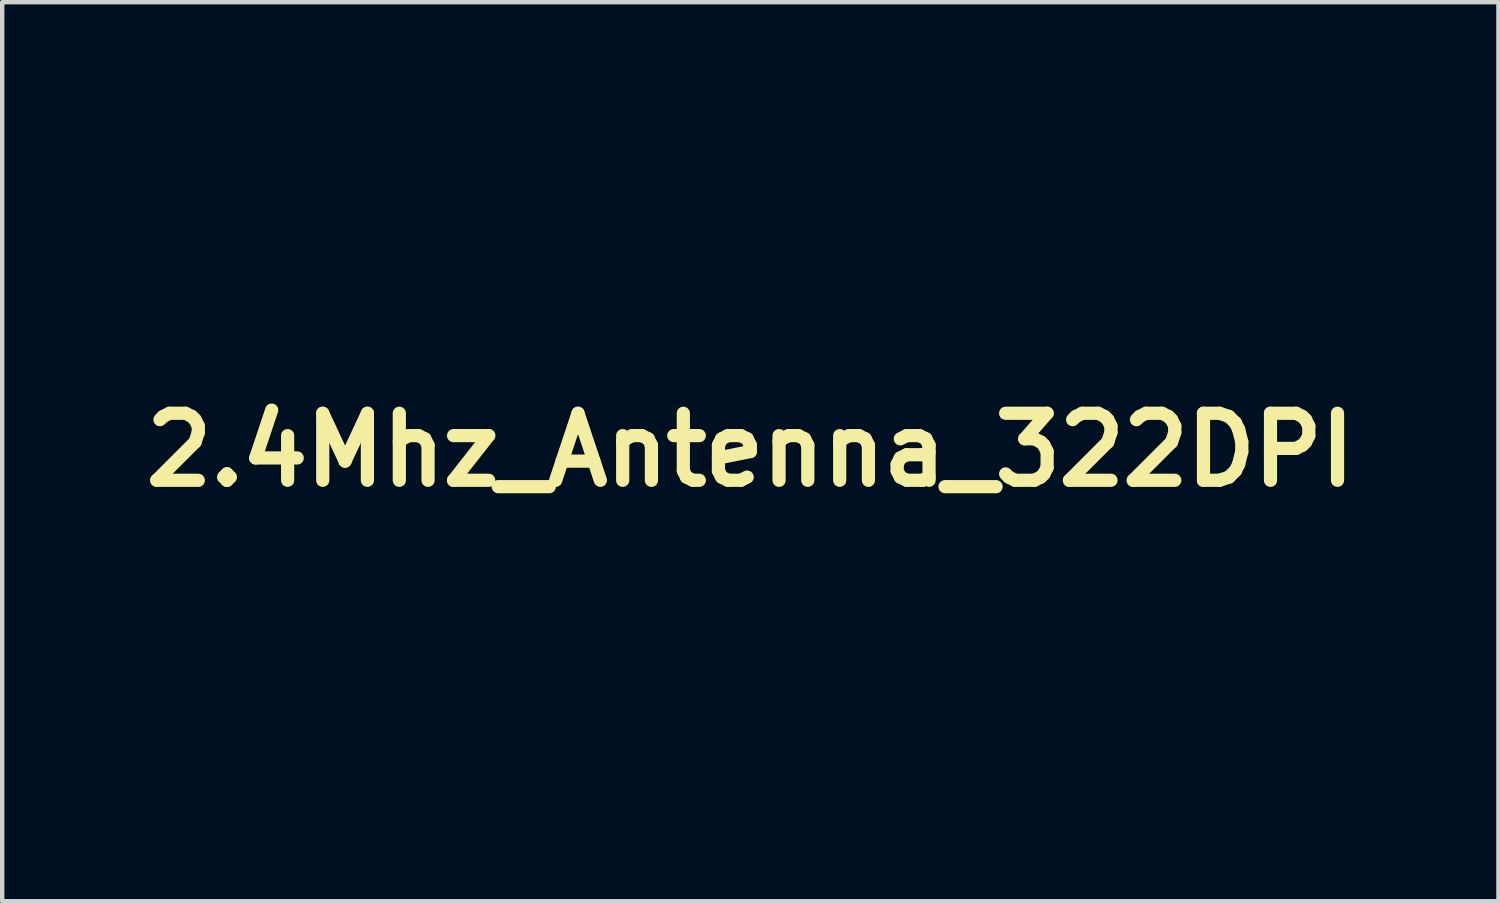
<source format=kicad_pcb>
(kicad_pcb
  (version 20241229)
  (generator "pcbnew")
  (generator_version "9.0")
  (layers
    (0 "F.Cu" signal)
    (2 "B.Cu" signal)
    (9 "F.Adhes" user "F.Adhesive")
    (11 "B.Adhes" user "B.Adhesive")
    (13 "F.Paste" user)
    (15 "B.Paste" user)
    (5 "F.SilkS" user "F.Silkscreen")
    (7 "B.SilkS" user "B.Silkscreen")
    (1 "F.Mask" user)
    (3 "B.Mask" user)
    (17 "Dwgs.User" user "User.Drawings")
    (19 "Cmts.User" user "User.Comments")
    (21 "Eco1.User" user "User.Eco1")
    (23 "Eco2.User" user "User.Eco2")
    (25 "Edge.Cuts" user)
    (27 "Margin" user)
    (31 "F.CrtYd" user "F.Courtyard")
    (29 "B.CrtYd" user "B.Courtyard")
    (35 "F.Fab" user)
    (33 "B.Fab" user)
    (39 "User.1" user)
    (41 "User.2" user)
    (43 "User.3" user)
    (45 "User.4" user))
  (footprint "2.4Mhz_Antenna_322DPI"
    (layer "F.Cu")
    (at 14.014 7.183)
    (property "Reference" "2.4Mhz_Antenna_322DPI" (at 0 0 0) (layer "F.SilkS") (effects (font (size 1.524 1.524) (thickness 0.3))))
    (attr through_hole)
    (fp_poly (pts (xy 6.734 -6.97) (xy 6.942 -6.762) (xy 6.942 -0.023) (xy 6.941 1.36) (xy 6.938 2.59) (xy 6.933 3.666) (xy 6.926 4.588) (xy 6.917 5.354) (xy 6.907 5.965) (xy 6.894 6.42) (xy 6.88 6.717) (xy 6.864 6.858) (xy 6.86 6.867) (xy 6.734 7.011) (xy 6.549 7.138) (xy 6.32 7.207) (xy 5.992 7.246) (xy 5.618 7.256) (xy 5.253 7.237) (xy 4.948 7.189) (xy 4.794 7.134) (xy 4.54 6.926) (xy 4.427 6.67) (xy 4.461 6.392) (xy 4.629 6.137) (xy 4.785 6.002) (xy 4.956 5.936) (xy 5.206 5.916) (xy 5.26 5.916) (xy 5.68 5.916) (xy 5.68 -5.837) (xy -1.147 -5.837) (xy -3.697 -3.274) (xy -4.396 -2.573) (xy -4.99 -1.987) (xy -5.479 -1.513) (xy -5.864 -1.149) (xy -6.148 -0.896) (xy -6.331 -0.75) (xy -6.411 -0.71) (xy -6.599 -0.737) (xy -6.828 -0.801) (xy -6.837 -0.805) (xy -6.997 -0.875) (xy -7.074 -0.969) (xy -7.098 -1.141) (xy -7.099 -1.27) (xy -7.099 -1.642) (xy -4.343 -4.41) (xy -1.586 -7.178) (xy 6.526 -7.178) (xy 6.734 -6.97)) (stroke (width 0.01) (type solid)) (fill yes) (layer "F.Mask")))
  (gr_rect
    (start -3 -3)
    (end 31.027 17.444)
    (stroke (width 0.1) (type default))
    (fill no)
    (layer "Edge.Cuts")))
</source>
